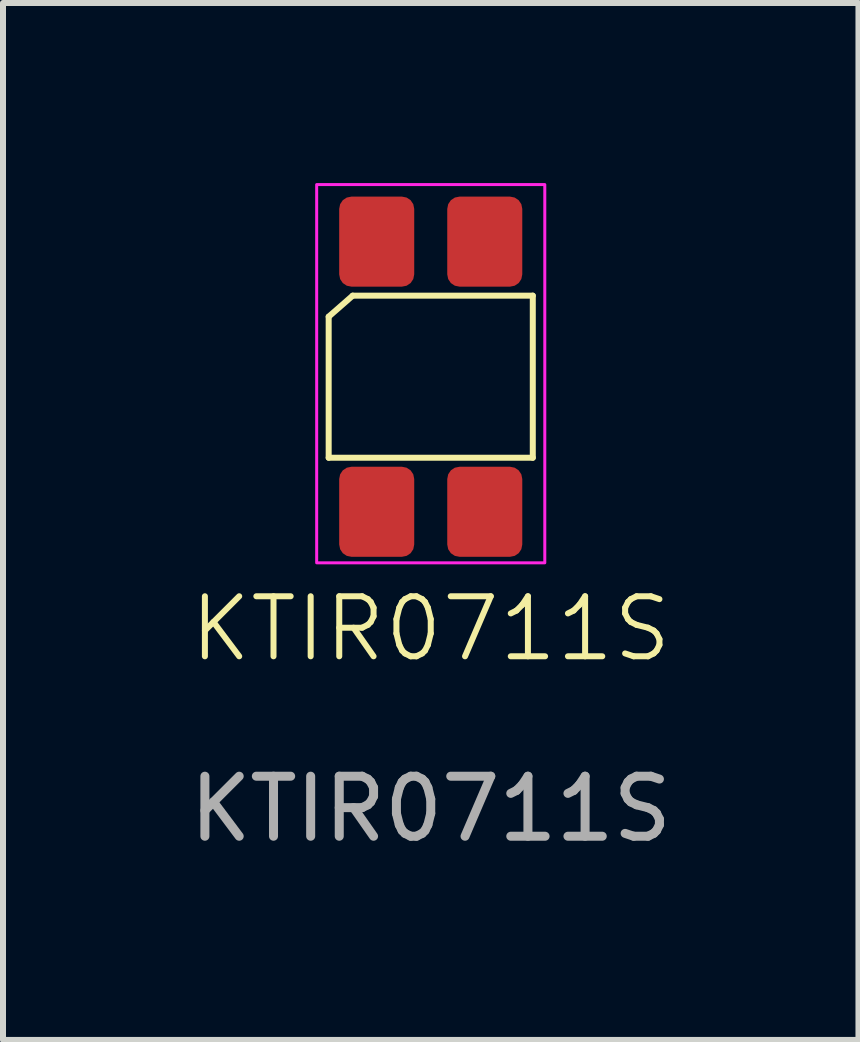
<source format=kicad_pcb>
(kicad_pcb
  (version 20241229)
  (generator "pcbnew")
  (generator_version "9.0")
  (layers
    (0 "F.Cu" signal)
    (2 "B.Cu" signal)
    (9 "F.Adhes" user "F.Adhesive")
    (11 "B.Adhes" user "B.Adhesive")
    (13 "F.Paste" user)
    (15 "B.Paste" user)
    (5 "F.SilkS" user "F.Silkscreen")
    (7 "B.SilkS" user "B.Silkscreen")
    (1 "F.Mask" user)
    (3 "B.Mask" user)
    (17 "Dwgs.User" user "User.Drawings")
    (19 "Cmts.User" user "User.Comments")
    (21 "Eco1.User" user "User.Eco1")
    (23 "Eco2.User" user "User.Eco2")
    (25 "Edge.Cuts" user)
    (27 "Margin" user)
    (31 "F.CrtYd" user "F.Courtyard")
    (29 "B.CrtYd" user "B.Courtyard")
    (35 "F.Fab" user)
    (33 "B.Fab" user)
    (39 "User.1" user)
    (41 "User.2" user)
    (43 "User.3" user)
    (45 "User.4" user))
  (footprint "KTIR0711S"
    (layer "F.Cu")
    (at 4.125 3.225)
    (property "Reference" "KTIR0711S" (at 0 4.2 0) (unlocked yes) (layer "F.SilkS") (effects (font (size 1 1) (thickness 0.1))))
    (attr smd)
    (fp_line (start -1.7 1.35) (end -1.7 -1) (stroke (width 0.1) (type default)) (layer "F.SilkS"))
    (fp_line (start -1.7 1.35) (end 1.7 1.35) (stroke (width 0.1) (type default)) (layer "F.SilkS"))
    (fp_line (start -1.3 -1.35) (end -1.7 -1) (stroke (width 0.1) (type default)) (layer "F.SilkS"))
    (fp_line (start 1.7 -1.35) (end -1.3 -1.35) (stroke (width 0.1) (type default)) (layer "F.SilkS"))
    (fp_line (start 1.7 1.35) (end 1.7 -1.35) (stroke (width 0.1) (type default)) (layer "F.SilkS"))
    (fp_rect (start -1.9 -3.2) (end 1.9 3.1) (stroke (width 0.05) (type default)) (fill no) (layer "F.CrtYd"))
    (fp_text user "${REFERENCE}" (at 0 7.2 0) (unlocked yes) (layer "F.Fab") (effects (font (size 1 1) (thickness 0.15))))
    (pad "1" smd roundrect (at -0.9 -2.25) (size 1.25 1.5) (layers "F.Cu" "F.Mask" "F.Paste") (roundrect_rratio 0.164))
    (pad "2" smd roundrect (at 0.9 -2.25) (size 1.25 1.5) (layers "F.Cu" "F.Mask" "F.Paste") (roundrect_rratio 0.164))
    (pad "3" smd roundrect (at -0.9 2.25) (size 1.25 1.5) (layers "F.Cu" "F.Mask" "F.Paste") (roundrect_rratio 0.164))
    (pad "4" smd roundrect (at 0.9 2.25) (size 1.25 1.5) (layers "F.Cu" "F.Mask" "F.Paste") (roundrect_rratio 0.164)))
  (gr_rect
    (start -3 -3)
    (end 11.25 14.273)
    (stroke (width 0.1) (type default))
    (fill no)
    (layer "Edge.Cuts")))
</source>
